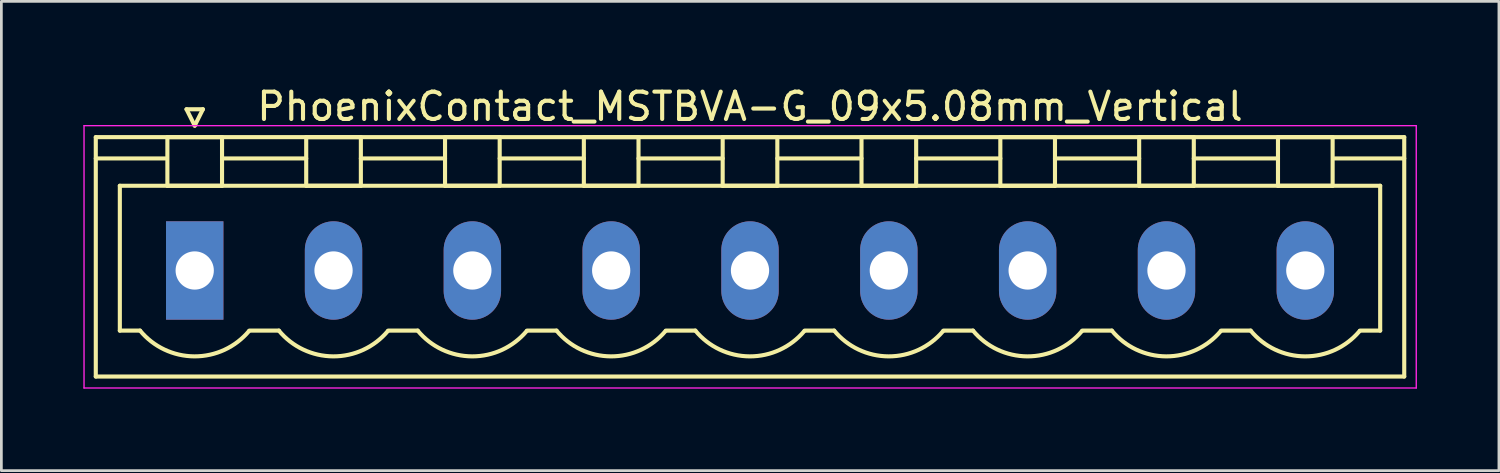
<source format=kicad_pcb>
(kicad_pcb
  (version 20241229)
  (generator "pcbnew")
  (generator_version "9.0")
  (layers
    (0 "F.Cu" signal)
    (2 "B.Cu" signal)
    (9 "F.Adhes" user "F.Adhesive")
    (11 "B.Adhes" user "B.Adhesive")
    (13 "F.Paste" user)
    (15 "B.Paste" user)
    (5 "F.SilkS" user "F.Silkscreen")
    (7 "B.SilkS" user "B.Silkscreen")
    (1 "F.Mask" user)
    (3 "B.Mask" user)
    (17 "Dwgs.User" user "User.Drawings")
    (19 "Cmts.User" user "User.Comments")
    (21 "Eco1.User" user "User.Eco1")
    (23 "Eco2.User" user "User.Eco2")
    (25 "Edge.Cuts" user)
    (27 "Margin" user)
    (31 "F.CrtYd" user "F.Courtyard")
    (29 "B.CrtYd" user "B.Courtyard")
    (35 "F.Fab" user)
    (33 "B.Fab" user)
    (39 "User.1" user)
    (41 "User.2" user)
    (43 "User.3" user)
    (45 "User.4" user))
  (footprint "PhoenixContact_MSTBVA-G_09x5.08mm_Vertical"
    (layer "F.Cu")
    (at 4.075 6.848)
    (property "Reference" "PhoenixContact_MSTBVA-G_09x5.08mm_Vertical" (at 20.32 -6 0) (layer "F.SilkS") (effects (font (size 1 1) (thickness 0.15))))
    (attr through_hole)
    (fp_line (start -3.62 -4.88) (end -3.62 3.88) (stroke (width 0.15) (type solid)) (layer "F.SilkS"))
    (fp_line (start -3.62 -4.1) (end -1.08 -4.1) (stroke (width 0.15) (type solid)) (layer "F.SilkS"))
    (fp_line (start -3.62 3.88) (end 44.26 3.88) (stroke (width 0.15) (type solid)) (layer "F.SilkS"))
    (fp_line (start -2.74 -3.1) (end 43.38 -3.1) (stroke (width 0.15) (type solid)) (layer "F.SilkS"))
    (fp_line (start -2.74 2.2) (end -2.74 -3.1) (stroke (width 0.15) (type solid)) (layer "F.SilkS"))
    (fp_line (start -2 2.2) (end -2.74 2.2) (stroke (width 0.15) (type solid)) (layer "F.SilkS"))
    (fp_line (start -1 -4.88) (end 1 -4.88) (stroke (width 0.15) (type solid)) (layer "F.SilkS"))
    (fp_line (start -1 -3.1) (end -1 -4.88) (stroke (width 0.15) (type solid)) (layer "F.SilkS"))
    (fp_line (start -0.3 -5.9) (end 0 -5.3) (stroke (width 0.15) (type solid)) (layer "F.SilkS"))
    (fp_line (start 0 -5.3) (end 0.3 -5.9) (stroke (width 0.15) (type solid)) (layer "F.SilkS"))
    (fp_line (start 0.3 -5.9) (end -0.3 -5.9) (stroke (width 0.15) (type solid)) (layer "F.SilkS"))
    (fp_line (start 1 -4.88) (end 1 -3.1) (stroke (width 0.15) (type solid)) (layer "F.SilkS"))
    (fp_line (start 1 -4.1) (end 4.08 -4.1) (stroke (width 0.15) (type solid)) (layer "F.SilkS"))
    (fp_line (start 1 -3.1) (end -1 -3.1) (stroke (width 0.15) (type solid)) (layer "F.SilkS"))
    (fp_line (start 2 2.2) (end 3.08 2.2) (stroke (width 0.15) (type solid)) (layer "F.SilkS"))
    (fp_line (start 4.08 -4.88) (end 6.08 -4.88) (stroke (width 0.15) (type solid)) (layer "F.SilkS"))
    (fp_line (start 4.08 -3.1) (end 4.08 -4.88) (stroke (width 0.15) (type solid)) (layer "F.SilkS"))
    (fp_line (start 6.08 -4.88) (end 6.08 -3.1) (stroke (width 0.15) (type solid)) (layer "F.SilkS"))
    (fp_line (start 6.08 -4.1) (end 9.16 -4.1) (stroke (width 0.15) (type solid)) (layer "F.SilkS"))
    (fp_line (start 6.08 -3.1) (end 4.08 -3.1) (stroke (width 0.15) (type solid)) (layer "F.SilkS"))
    (fp_line (start 7.08 2.2) (end 8.16 2.2) (stroke (width 0.15) (type solid)) (layer "F.SilkS"))
    (fp_line (start 9.16 -4.88) (end 11.16 -4.88) (stroke (width 0.15) (type solid)) (layer "F.SilkS"))
    (fp_line (start 9.16 -3.1) (end 9.16 -4.88) (stroke (width 0.15) (type solid)) (layer "F.SilkS"))
    (fp_line (start 11.16 -4.88) (end 11.16 -3.1) (stroke (width 0.15) (type solid)) (layer "F.SilkS"))
    (fp_line (start 11.16 -4.1) (end 14.24 -4.1) (stroke (width 0.15) (type solid)) (layer "F.SilkS"))
    (fp_line (start 11.16 -3.1) (end 9.16 -3.1) (stroke (width 0.15) (type solid)) (layer "F.SilkS"))
    (fp_line (start 12.16 2.2) (end 13.24 2.2) (stroke (width 0.15) (type solid)) (layer "F.SilkS"))
    (fp_line (start 14.24 -4.88) (end 16.24 -4.88) (stroke (width 0.15) (type solid)) (layer "F.SilkS"))
    (fp_line (start 14.24 -3.1) (end 14.24 -4.88) (stroke (width 0.15) (type solid)) (layer "F.SilkS"))
    (fp_line (start 16.24 -4.88) (end 16.24 -3.1) (stroke (width 0.15) (type solid)) (layer "F.SilkS"))
    (fp_line (start 16.24 -4.1) (end 19.32 -4.1) (stroke (width 0.15) (type solid)) (layer "F.SilkS"))
    (fp_line (start 16.24 -3.1) (end 14.24 -3.1) (stroke (width 0.15) (type solid)) (layer "F.SilkS"))
    (fp_line (start 17.24 2.2) (end 18.32 2.2) (stroke (width 0.15) (type solid)) (layer "F.SilkS"))
    (fp_line (start 19.32 -4.88) (end 21.32 -4.88) (stroke (width 0.15) (type solid)) (layer "F.SilkS"))
    (fp_line (start 19.32 -3.1) (end 19.32 -4.88) (stroke (width 0.15) (type solid)) (layer "F.SilkS"))
    (fp_line (start 21.32 -4.88) (end 21.32 -3.1) (stroke (width 0.15) (type solid)) (layer "F.SilkS"))
    (fp_line (start 21.32 -4.1) (end 24.4 -4.1) (stroke (width 0.15) (type solid)) (layer "F.SilkS"))
    (fp_line (start 21.32 -3.1) (end 19.32 -3.1) (stroke (width 0.15) (type solid)) (layer "F.SilkS"))
    (fp_line (start 22.32 2.2) (end 23.4 2.2) (stroke (width 0.15) (type solid)) (layer "F.SilkS"))
    (fp_line (start 24.4 -4.88) (end 26.4 -4.88) (stroke (width 0.15) (type solid)) (layer "F.SilkS"))
    (fp_line (start 24.4 -3.1) (end 24.4 -4.88) (stroke (width 0.15) (type solid)) (layer "F.SilkS"))
    (fp_line (start 26.4 -4.88) (end 26.4 -3.1) (stroke (width 0.15) (type solid)) (layer "F.SilkS"))
    (fp_line (start 26.4 -4.1) (end 29.48 -4.1) (stroke (width 0.15) (type solid)) (layer "F.SilkS"))
    (fp_line (start 26.4 -3.1) (end 24.4 -3.1) (stroke (width 0.15) (type solid)) (layer "F.SilkS"))
    (fp_line (start 27.4 2.2) (end 28.48 2.2) (stroke (width 0.15) (type solid)) (layer "F.SilkS"))
    (fp_line (start 29.48 -4.88) (end 31.48 -4.88) (stroke (width 0.15) (type solid)) (layer "F.SilkS"))
    (fp_line (start 29.48 -3.1) (end 29.48 -4.88) (stroke (width 0.15) (type solid)) (layer "F.SilkS"))
    (fp_line (start 31.48 -4.88) (end 31.48 -3.1) (stroke (width 0.15) (type solid)) (layer "F.SilkS"))
    (fp_line (start 31.48 -4.1) (end 34.56 -4.1) (stroke (width 0.15) (type solid)) (layer "F.SilkS"))
    (fp_line (start 31.48 -3.1) (end 29.48 -3.1) (stroke (width 0.15) (type solid)) (layer "F.SilkS"))
    (fp_line (start 32.48 2.2) (end 33.56 2.2) (stroke (width 0.15) (type solid)) (layer "F.SilkS"))
    (fp_line (start 34.56 -4.88) (end 36.56 -4.88) (stroke (width 0.15) (type solid)) (layer "F.SilkS"))
    (fp_line (start 34.56 -3.1) (end 34.56 -4.88) (stroke (width 0.15) (type solid)) (layer "F.SilkS"))
    (fp_line (start 36.56 -4.88) (end 36.56 -3.1) (stroke (width 0.15) (type solid)) (layer "F.SilkS"))
    (fp_line (start 36.56 -4.1) (end 39.64 -4.1) (stroke (width 0.15) (type solid)) (layer "F.SilkS"))
    (fp_line (start 36.56 -3.1) (end 34.56 -3.1) (stroke (width 0.15) (type solid)) (layer "F.SilkS"))
    (fp_line (start 37.56 2.2) (end 38.64 2.2) (stroke (width 0.15) (type solid)) (layer "F.SilkS"))
    (fp_line (start 39.64 -4.88) (end 41.64 -4.88) (stroke (width 0.15) (type solid)) (layer "F.SilkS"))
    (fp_line (start 39.64 -3.1) (end 39.64 -4.88) (stroke (width 0.15) (type solid)) (layer "F.SilkS"))
    (fp_line (start 41.64 -4.88) (end 41.64 -3.1) (stroke (width 0.15) (type solid)) (layer "F.SilkS"))
    (fp_line (start 41.64 -3.1) (end 39.64 -3.1) (stroke (width 0.15) (type solid)) (layer "F.SilkS"))
    (fp_line (start 43.38 -3.1) (end 43.38 2.2) (stroke (width 0.15) (type solid)) (layer "F.SilkS"))
    (fp_line (start 43.38 2.2) (end 42.64 2.2) (stroke (width 0.15) (type solid)) (layer "F.SilkS"))
    (fp_line (start 44.26 -4.88) (end -3.62 -4.88) (stroke (width 0.15) (type solid)) (layer "F.SilkS"))
    (fp_line (start 44.26 -4.1) (end 41.72 -4.1) (stroke (width 0.15) (type solid)) (layer "F.SilkS"))
    (fp_line (start 44.26 3.88) (end 44.26 -4.88) (stroke (width 0.15) (type solid)) (layer "F.SilkS"))
    (fp_arc (start 1.986842 2.215821) (mid -0.010289 3.142758) (end -2 2.2) (stroke (width 0.15) (type solid)) (layer "F.SilkS"))
    (fp_arc (start 7.066842 2.215821) (mid 5.069711 3.142758) (end 3.08 2.2) (stroke (width 0.15) (type solid)) (layer "F.SilkS"))
    (fp_arc (start 12.146842 2.215821) (mid 10.149711 3.142758) (end 8.16 2.2) (stroke (width 0.15) (type solid)) (layer "F.SilkS"))
    (fp_arc (start 17.226842 2.215821) (mid 15.229711 3.142758) (end 13.24 2.2) (stroke (width 0.15) (type solid)) (layer "F.SilkS"))
    (fp_arc (start 22.306842 2.215821) (mid 20.309711 3.142758) (end 18.32 2.2) (stroke (width 0.15) (type solid)) (layer "F.SilkS"))
    (fp_arc (start 27.386842 2.215821) (mid 25.389711 3.142758) (end 23.4 2.2) (stroke (width 0.15) (type solid)) (layer "F.SilkS"))
    (fp_arc (start 32.466842 2.215821) (mid 30.469711 3.142758) (end 28.48 2.2) (stroke (width 0.15) (type solid)) (layer "F.SilkS"))
    (fp_arc (start 37.546842 2.215821) (mid 35.549711 3.142758) (end 33.56 2.2) (stroke (width 0.15) (type solid)) (layer "F.SilkS"))
    (fp_arc (start 42.626842 2.215821) (mid 40.629711 3.142758) (end 38.64 2.2) (stroke (width 0.15) (type solid)) (layer "F.SilkS"))
    (fp_line (start -4.05 -5.3) (end -4.05 4.3) (stroke (width 0.05) (type solid)) (layer "F.CrtYd"))
    (fp_line (start -4.05 4.3) (end 44.7 4.3) (stroke (width 0.05) (type solid)) (layer "F.CrtYd"))
    (fp_line (start 44.7 -5.3) (end -4.05 -5.3) (stroke (width 0.05) (type solid)) (layer "F.CrtYd"))
    (fp_line (start 44.7 4.3) (end 44.7 -5.3) (stroke (width 0.05) (type solid)) (layer "F.CrtYd"))
    (pad "1" thru_hole rect (at 0 0) (size 2.1 3.6) (drill 1.4) (layers "*.Cu" "*.Mask"))
    (pad "2" thru_hole oval (at 5.08 0) (size 2.1 3.6) (drill 1.4) (layers "*.Cu" "*.Mask"))
    (pad "3" thru_hole oval (at 10.16 0) (size 2.1 3.6) (drill 1.4) (layers "*.Cu" "*.Mask"))
    (pad "4" thru_hole oval (at 15.24 0) (size 2.1 3.6) (drill 1.4) (layers "*.Cu" "*.Mask"))
    (pad "5" thru_hole oval (at 20.32 0) (size 2.1 3.6) (drill 1.4) (layers "*.Cu" "*.Mask"))
    (pad "6" thru_hole oval (at 25.4 0) (size 2.1 3.6) (drill 1.4) (layers "*.Cu" "*.Mask"))
    (pad "7" thru_hole oval (at 30.48 0) (size 2.1 3.6) (drill 1.4) (layers "*.Cu" "*.Mask"))
    (pad "8" thru_hole oval (at 35.56 0) (size 2.1 3.6) (drill 1.4) (layers "*.Cu" "*.Mask"))
    (pad "9" thru_hole oval (at 40.64 0) (size 2.1 3.6) (drill 1.4) (layers "*.Cu" "*.Mask")))
  (gr_rect
    (start -3 -3)
    (end 51.8 14.173)
    (stroke (width 0.1) (type default))
    (fill no)
    (layer "Edge.Cuts")))
</source>
